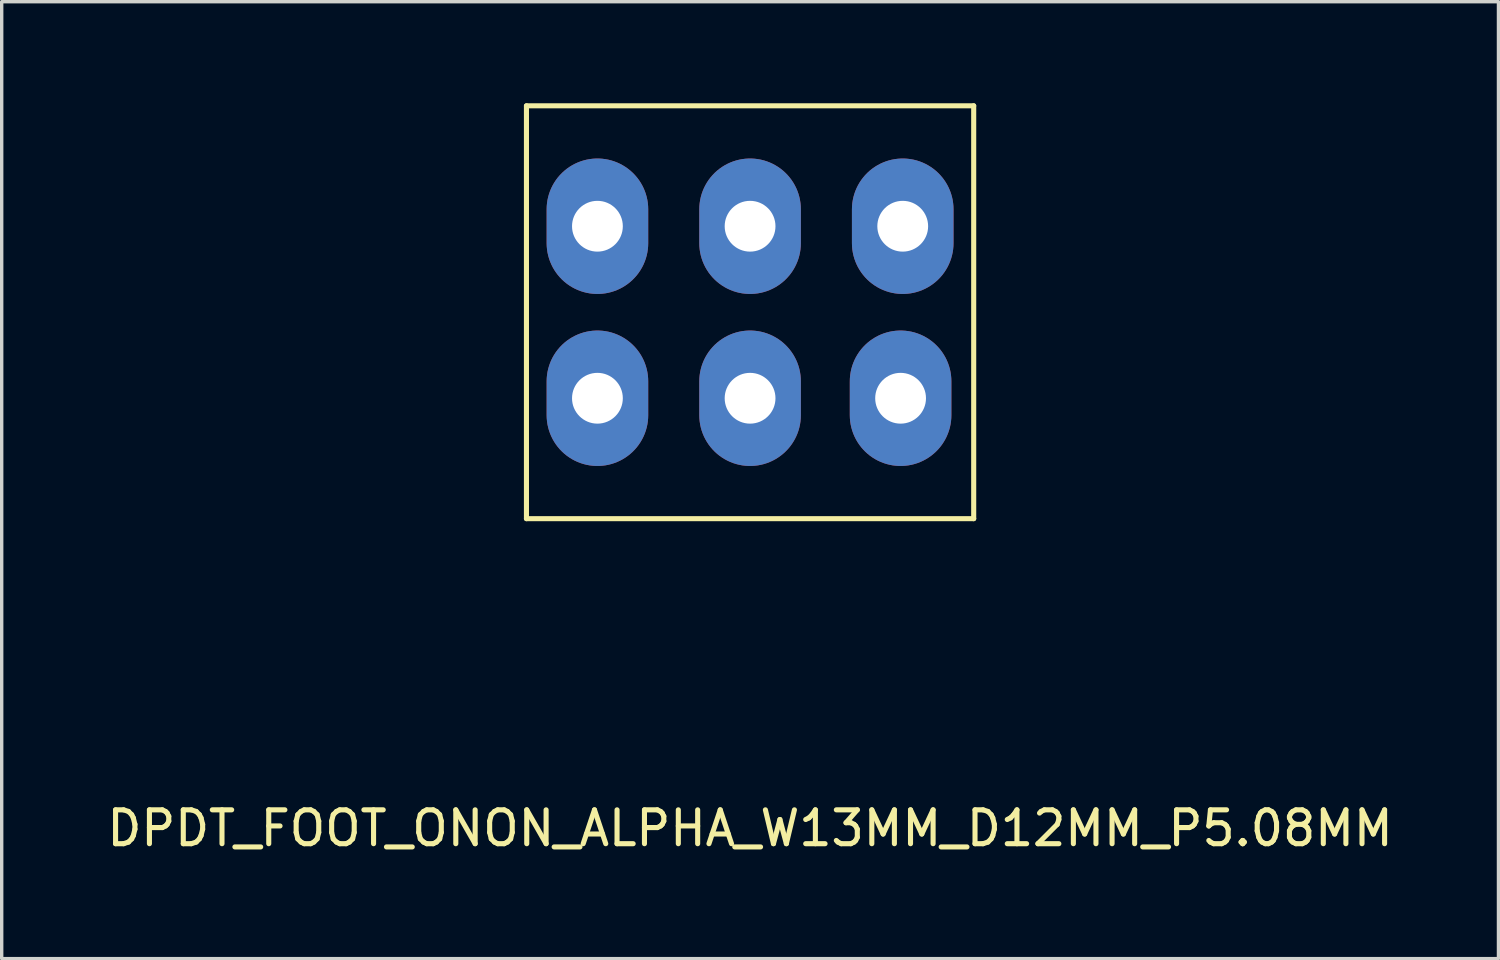
<source format=kicad_pcb>
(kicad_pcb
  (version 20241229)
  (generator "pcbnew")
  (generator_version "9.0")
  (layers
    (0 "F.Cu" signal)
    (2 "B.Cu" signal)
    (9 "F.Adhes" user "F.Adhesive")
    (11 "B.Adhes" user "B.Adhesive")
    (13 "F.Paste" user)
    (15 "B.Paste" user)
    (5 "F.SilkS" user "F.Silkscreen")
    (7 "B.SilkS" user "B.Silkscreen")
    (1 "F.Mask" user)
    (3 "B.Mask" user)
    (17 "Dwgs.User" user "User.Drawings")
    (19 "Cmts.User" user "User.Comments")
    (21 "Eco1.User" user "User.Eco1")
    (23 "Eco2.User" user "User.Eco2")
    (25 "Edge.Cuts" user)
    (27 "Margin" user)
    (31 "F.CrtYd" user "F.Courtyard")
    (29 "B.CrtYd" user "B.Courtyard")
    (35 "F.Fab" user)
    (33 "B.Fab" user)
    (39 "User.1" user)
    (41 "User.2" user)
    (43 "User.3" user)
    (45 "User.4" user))
  (footprint "DPDT_FOOT_ONON_ALPHA_W13MM_D12MM_P5.08MM"
    (layer "F.Cu")
    (at 19.101 6.171)
    (property "Reference" "DPDT_FOOT_ONON_ALPHA_W13MM_D12MM_P5.08MM" (at 0 15.24 0) (layer "F.SilkS") (effects (font (size 1 1) (thickness 0.15))))
    (attr through_hole)
    (fp_line (start -6.604 -6.096) (end -6.604 6.096) (stroke (width 0.15) (type solid)) (layer "F.SilkS"))
    (fp_line (start -6.604 6.096) (end 6.604 6.096) (stroke (width 0.15) (type solid)) (layer "F.SilkS"))
    (fp_line (start 6.604 -6.096) (end -6.604 -6.096) (stroke (width 0.15) (type solid)) (layer "F.SilkS"))
    (fp_line (start 6.604 6.096) (end 6.604 -6.096) (stroke (width 0.15) (type solid)) (layer "F.SilkS"))
    (pad "1" thru_hole oval (at 4.445 2.54) (size 3 4) (drill 1.5) (layers "*.Cu" "*.Mask"))
    (pad "2" thru_hole oval (at 0 2.54) (size 3 4) (drill 1.5) (layers "*.Cu" "*.Mask"))
    (pad "3" thru_hole oval (at -4.508 2.54) (size 3 4) (drill 1.5) (layers "*.Cu" "*.Mask"))
    (pad "4" thru_hole oval (at 4.508 -2.54) (size 3 4) (drill 1.5) (layers "*.Cu" "*.Mask"))
    (pad "5" thru_hole oval (at 0 -2.54) (size 3 4) (drill 1.5) (layers "*.Cu" "*.Mask"))
    (pad "6" thru_hole oval (at -4.508 -2.54) (size 3 4) (drill 1.5) (layers "*.Cu" "*.Mask")))
  (gr_rect
    (start -3 -3)
    (end 41.202 25.259)
    (stroke (width 0.1) (type default))
    (fill no)
    (layer "Edge.Cuts")))
</source>
